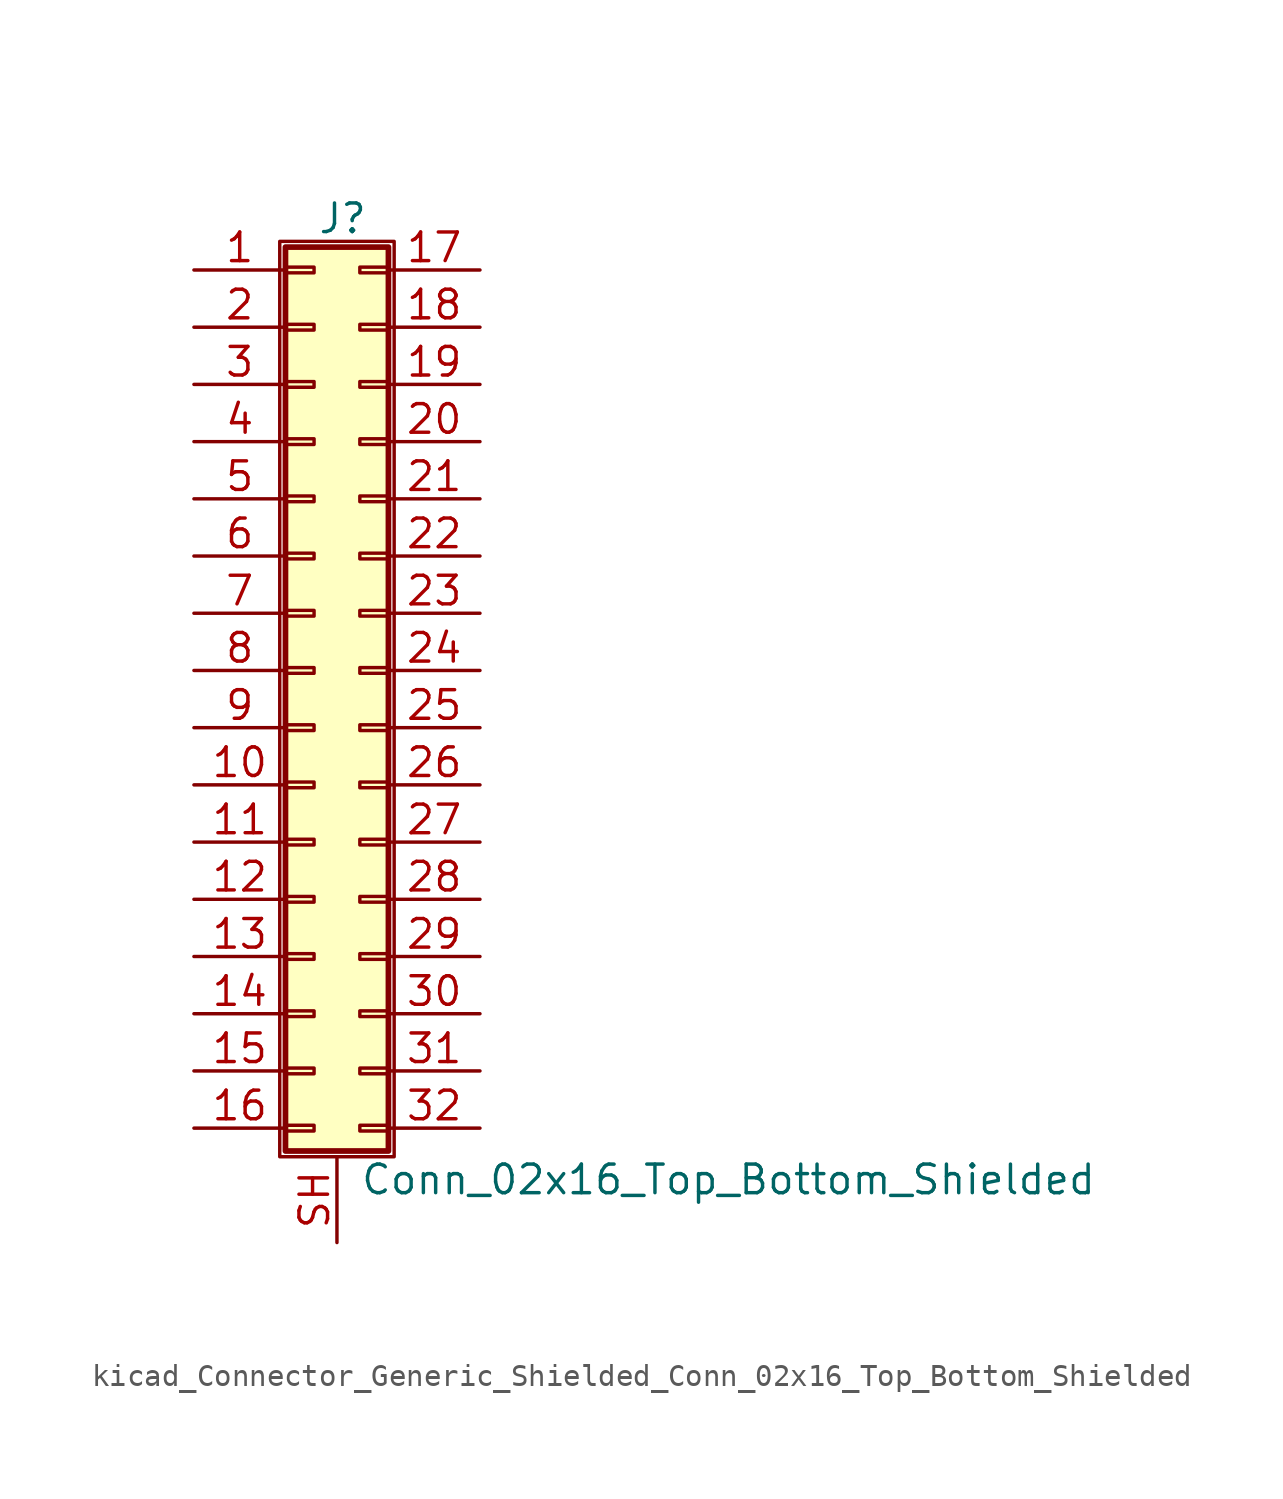
<source format=kicad_sym>
(kicad_symbol_lib
  (version 20220914)
  (generator kicad_symbol_editor)
  (symbol "kicad_Connector_Generic_Shielded_Conn_02x16_Top_Bottom_Shielded"
    (pin_names
      (offset 1.016) hide)
    (property "Reference" "J"
      (at 1.524 20.066 0)
      (effects (font (size 1.27 1.27))))
    (property "Value" "Conn_02x16_Top_Bottom_Shielded"
      (at 2.286 -22.606 0)
      (effects (font (size 1.27 1.27)) (justify left)))
    (symbol "kicad_Connector_Generic_Shielded_Conn_02x16_Top_Bottom_Shielded_1_1"
      (rectangle (start -1.27 19.05) (end 3.81 -21.59) (stroke (width 0.152) (type default)) (fill (type none)))
      (rectangle (start -1.016 -20.193) (end 0.254 -20.447) (stroke (width 0.152) (type default)) (fill (type none)))
      (rectangle (start -1.016 -17.653) (end 0.254 -17.907) (stroke (width 0.152) (type default)) (fill (type none)))
      (rectangle (start -1.016 -15.113) (end 0.254 -15.367) (stroke (width 0.152) (type default)) (fill (type none)))
      (rectangle (start -1.016 -12.573) (end 0.254 -12.827) (stroke (width 0.152) (type default)) (fill (type none)))
      (rectangle (start -1.016 -10.033) (end 0.254 -10.287) (stroke (width 0.152) (type default)) (fill (type none)))
      (rectangle (start -1.016 -7.493) (end 0.254 -7.747) (stroke (width 0.152) (type default)) (fill (type none)))
      (rectangle (start -1.016 -4.953) (end 0.254 -5.207) (stroke (width 0.152) (type default)) (fill (type none)))
      (rectangle (start -1.016 -2.413) (end 0.254 -2.667) (stroke (width 0.152) (type default)) (fill (type none)))
      (rectangle (start -1.016 0.127) (end 0.254 -0.127) (stroke (width 0.152) (type default)) (fill (type none)))
      (rectangle (start -1.016 2.667) (end 0.254 2.413) (stroke (width 0.152) (type default)) (fill (type none)))
      (rectangle (start -1.016 5.207) (end 0.254 4.953) (stroke (width 0.152) (type default)) (fill (type none)))
      (rectangle (start -1.016 7.747) (end 0.254 7.493) (stroke (width 0.152) (type default)) (fill (type none)))
      (rectangle (start -1.016 10.287) (end 0.254 10.033) (stroke (width 0.152) (type default)) (fill (type none)))
      (rectangle (start -1.016 12.827) (end 0.254 12.573) (stroke (width 0.152) (type default)) (fill (type none)))
      (rectangle (start -1.016 15.367) (end 0.254 15.113) (stroke (width 0.152) (type default)) (fill (type none)))
      (rectangle (start -1.016 17.907) (end 0.254 17.653) (stroke (width 0.152) (type default)) (fill (type none)))
      (rectangle (start -1.016 18.796) (end 3.556 -21.336) (stroke (width 0.254) (type default)) (fill (type background)))
      (rectangle (start 3.556 -20.193) (end 2.286 -20.447) (stroke (width 0.152) (type default)) (fill (type none)))
      (rectangle (start 3.556 -17.653) (end 2.286 -17.907) (stroke (width 0.152) (type default)) (fill (type none)))
      (rectangle (start 3.556 -15.113) (end 2.286 -15.367) (stroke (width 0.152) (type default)) (fill (type none)))
      (rectangle (start 3.556 -12.573) (end 2.286 -12.827) (stroke (width 0.152) (type default)) (fill (type none)))
      (rectangle (start 3.556 -10.033) (end 2.286 -10.287) (stroke (width 0.152) (type default)) (fill (type none)))
      (rectangle (start 3.556 -7.493) (end 2.286 -7.747) (stroke (width 0.152) (type default)) (fill (type none)))
      (rectangle (start 3.556 -4.953) (end 2.286 -5.207) (stroke (width 0.152) (type default)) (fill (type none)))
      (rectangle (start 3.556 -2.413) (end 2.286 -2.667) (stroke (width 0.152) (type default)) (fill (type none)))
      (rectangle (start 3.556 0.127) (end 2.286 -0.127) (stroke (width 0.152) (type default)) (fill (type none)))
      (rectangle (start 3.556 2.667) (end 2.286 2.413) (stroke (width 0.152) (type default)) (fill (type none)))
      (rectangle (start 3.556 5.207) (end 2.286 4.953) (stroke (width 0.152) (type default)) (fill (type none)))
      (rectangle (start 3.556 7.747) (end 2.286 7.493) (stroke (width 0.152) (type default)) (fill (type none)))
      (rectangle (start 3.556 10.287) (end 2.286 10.033) (stroke (width 0.152) (type default)) (fill (type none)))
      (rectangle (start 3.556 12.827) (end 2.286 12.573) (stroke (width 0.152) (type default)) (fill (type none)))
      (rectangle (start 3.556 15.367) (end 2.286 15.113) (stroke (width 0.152) (type default)) (fill (type none)))
      (rectangle (start 3.556 17.907) (end 2.286 17.653) (stroke (width 0.152) (type default)) (fill (type none)))
      (pin passive line (at -5.08 17.78 0) (length 4.064) (name "Pin_1" (effects (font (size 1.27 1.27)))) (number "1" (effects (font (size 1.27 1.27)))))
      (pin passive line (at -5.08 -5.08 0) (length 4.064) (name "Pin_10" (effects (font (size 1.27 1.27)))) (number "10" (effects (font (size 1.27 1.27)))))
      (pin passive line (at -5.08 -7.62 0) (length 4.064) (name "Pin_11" (effects (font (size 1.27 1.27)))) (number "11" (effects (font (size 1.27 1.27)))))
      (pin passive line (at -5.08 -10.16 0) (length 4.064) (name "Pin_12" (effects (font (size 1.27 1.27)))) (number "12" (effects (font (size 1.27 1.27)))))
      (pin passive line (at -5.08 -12.7 0) (length 4.064) (name "Pin_13" (effects (font (size 1.27 1.27)))) (number "13" (effects (font (size 1.27 1.27)))))
      (pin passive line (at -5.08 -15.24 0) (length 4.064) (name "Pin_14" (effects (font (size 1.27 1.27)))) (number "14" (effects (font (size 1.27 1.27)))))
      (pin passive line (at -5.08 -17.78 0) (length 4.064) (name "Pin_15" (effects (font (size 1.27 1.27)))) (number "15" (effects (font (size 1.27 1.27)))))
      (pin passive line (at -5.08 -20.32 0) (length 4.064) (name "Pin_16" (effects (font (size 1.27 1.27)))) (number "16" (effects (font (size 1.27 1.27)))))
      (pin passive line (at 7.62 17.78 180) (length 4.064) (name "Pin_17" (effects (font (size 1.27 1.27)))) (number "17" (effects (font (size 1.27 1.27)))))
      (pin passive line (at 7.62 15.24 180) (length 4.064) (name "Pin_18" (effects (font (size 1.27 1.27)))) (number "18" (effects (font (size 1.27 1.27)))))
      (pin passive line (at 7.62 12.7 180) (length 4.064) (name "Pin_19" (effects (font (size 1.27 1.27)))) (number "19" (effects (font (size 1.27 1.27)))))
      (pin passive line (at -5.08 15.24 0) (length 4.064) (name "Pin_2" (effects (font (size 1.27 1.27)))) (number "2" (effects (font (size 1.27 1.27)))))
      (pin passive line (at 7.62 10.16 180) (length 4.064) (name "Pin_20" (effects (font (size 1.27 1.27)))) (number "20" (effects (font (size 1.27 1.27)))))
      (pin passive line (at 7.62 7.62 180) (length 4.064) (name "Pin_21" (effects (font (size 1.27 1.27)))) (number "21" (effects (font (size 1.27 1.27)))))
      (pin passive line (at 7.62 5.08 180) (length 4.064) (name "Pin_22" (effects (font (size 1.27 1.27)))) (number "22" (effects (font (size 1.27 1.27)))))
      (pin passive line (at 7.62 2.54 180) (length 4.064) (name "Pin_23" (effects (font (size 1.27 1.27)))) (number "23" (effects (font (size 1.27 1.27)))))
      (pin passive line (at 7.62 0 180) (length 4.064) (name "Pin_24" (effects (font (size 1.27 1.27)))) (number "24" (effects (font (size 1.27 1.27)))))
      (pin passive line (at 7.62 -2.54 180) (length 4.064) (name "Pin_25" (effects (font (size 1.27 1.27)))) (number "25" (effects (font (size 1.27 1.27)))))
      (pin passive line (at 7.62 -5.08 180) (length 4.064) (name "Pin_26" (effects (font (size 1.27 1.27)))) (number "26" (effects (font (size 1.27 1.27)))))
      (pin passive line (at 7.62 -7.62 180) (length 4.064) (name "Pin_27" (effects (font (size 1.27 1.27)))) (number "27" (effects (font (size 1.27 1.27)))))
      (pin passive line (at 7.62 -10.16 180) (length 4.064) (name "Pin_28" (effects (font (size 1.27 1.27)))) (number "28" (effects (font (size 1.27 1.27)))))
      (pin passive line (at 7.62 -12.7 180) (length 4.064) (name "Pin_29" (effects (font (size 1.27 1.27)))) (number "29" (effects (font (size 1.27 1.27)))))
      (pin passive line (at -5.08 12.7 0) (length 4.064) (name "Pin_3" (effects (font (size 1.27 1.27)))) (number "3" (effects (font (size 1.27 1.27)))))
      (pin passive line (at 7.62 -15.24 180) (length 4.064) (name "Pin_30" (effects (font (size 1.27 1.27)))) (number "30" (effects (font (size 1.27 1.27)))))
      (pin passive line (at 7.62 -17.78 180) (length 4.064) (name "Pin_31" (effects (font (size 1.27 1.27)))) (number "31" (effects (font (size 1.27 1.27)))))
      (pin passive line (at 7.62 -20.32 180) (length 4.064) (name "Pin_32" (effects (font (size 1.27 1.27)))) (number "32" (effects (font (size 1.27 1.27)))))
      (pin passive line (at -5.08 10.16 0) (length 4.064) (name "Pin_4" (effects (font (size 1.27 1.27)))) (number "4" (effects (font (size 1.27 1.27)))))
      (pin passive line (at -5.08 7.62 0) (length 4.064) (name "Pin_5" (effects (font (size 1.27 1.27)))) (number "5" (effects (font (size 1.27 1.27)))))
      (pin passive line (at -5.08 5.08 0) (length 4.064) (name "Pin_6" (effects (font (size 1.27 1.27)))) (number "6" (effects (font (size 1.27 1.27)))))
      (pin passive line (at -5.08 2.54 0) (length 4.064) (name "Pin_7" (effects (font (size 1.27 1.27)))) (number "7" (effects (font (size 1.27 1.27)))))
      (pin passive line (at -5.08 0 0) (length 4.064) (name "Pin_8" (effects (font (size 1.27 1.27)))) (number "8" (effects (font (size 1.27 1.27)))))
      (pin passive line (at -5.08 -2.54 0) (length 4.064) (name "Pin_9" (effects (font (size 1.27 1.27)))) (number "9" (effects (font (size 1.27 1.27)))))
      (pin passive line (at 1.27 -25.4 90) (length 3.81) (name "Shield" (effects (font (size 1.27 1.27)))) (number "SH" (effects (font (size 1.27 1.27))))))))
</source>
